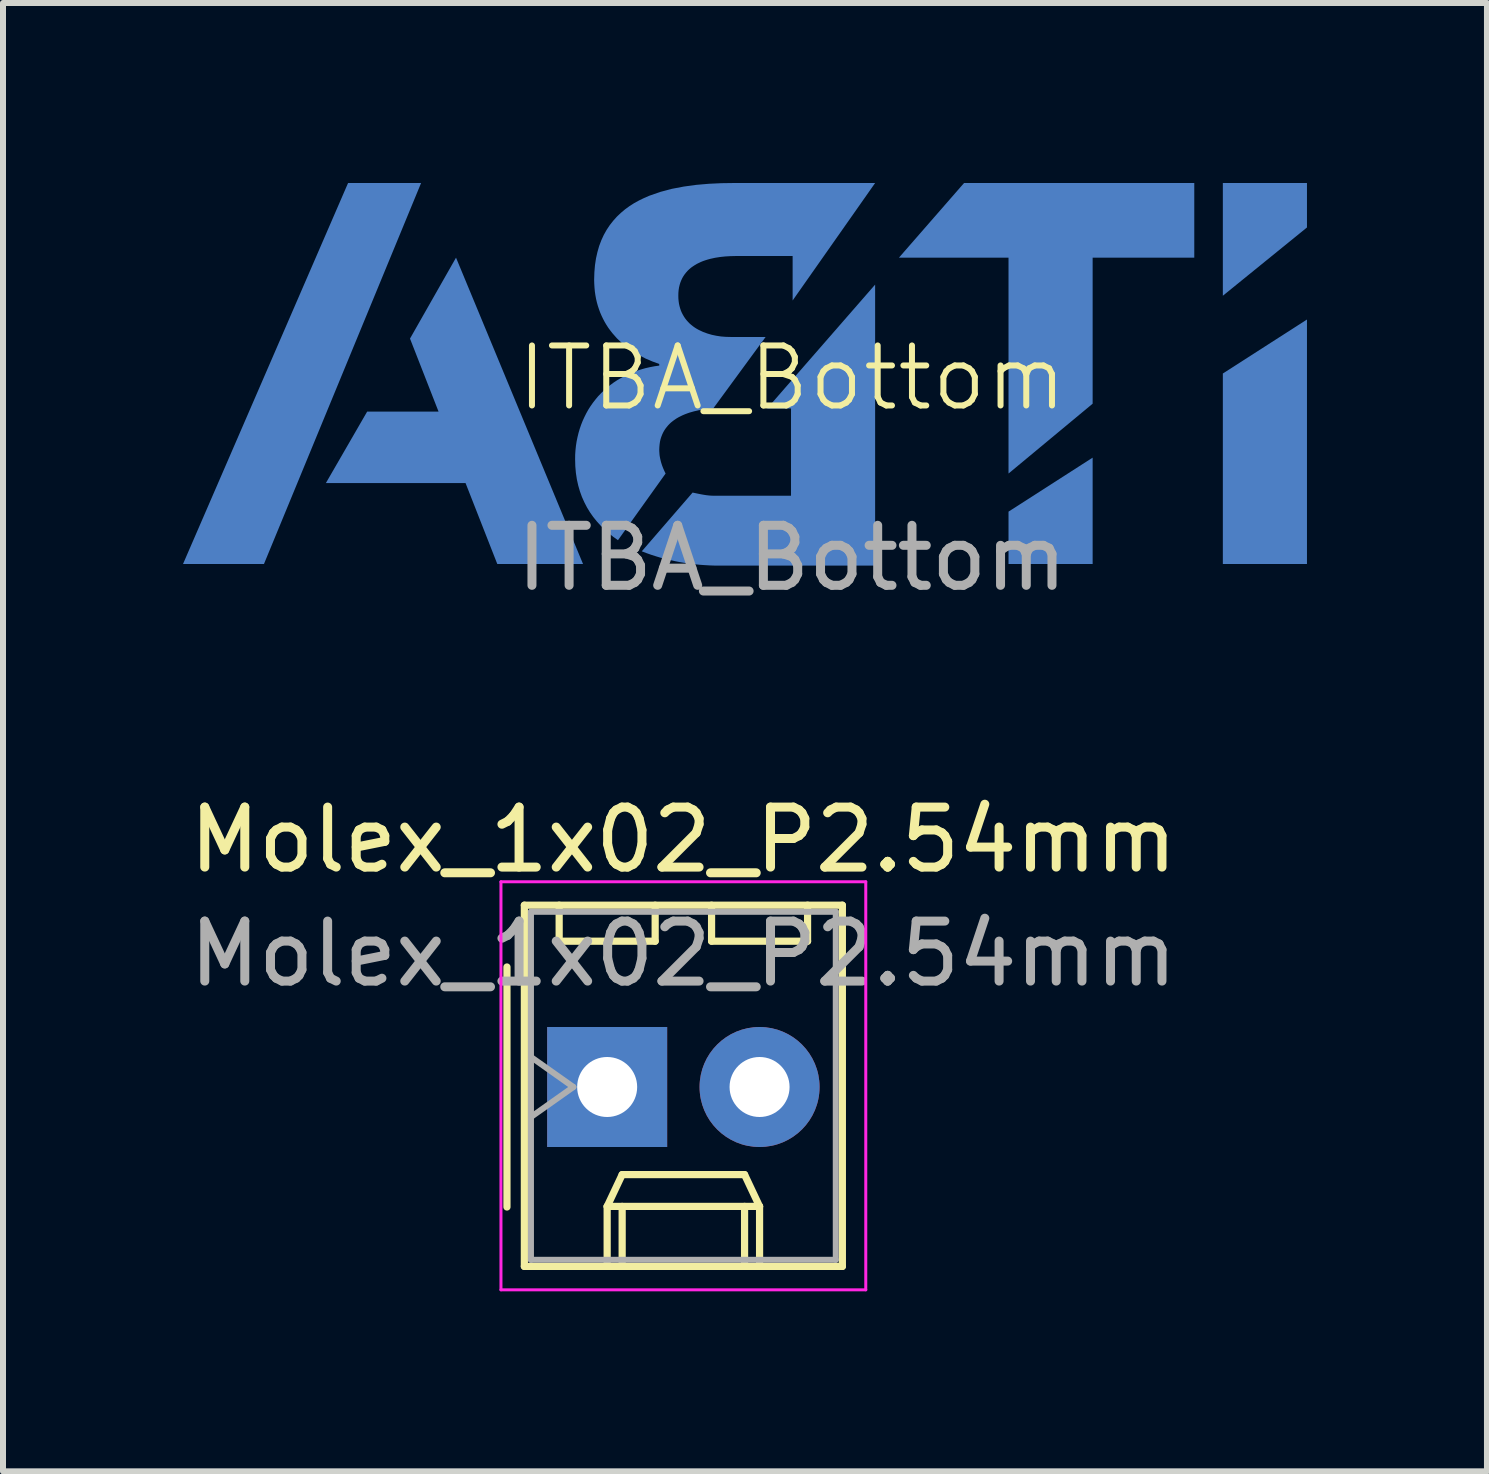
<source format=kicad_pcb>
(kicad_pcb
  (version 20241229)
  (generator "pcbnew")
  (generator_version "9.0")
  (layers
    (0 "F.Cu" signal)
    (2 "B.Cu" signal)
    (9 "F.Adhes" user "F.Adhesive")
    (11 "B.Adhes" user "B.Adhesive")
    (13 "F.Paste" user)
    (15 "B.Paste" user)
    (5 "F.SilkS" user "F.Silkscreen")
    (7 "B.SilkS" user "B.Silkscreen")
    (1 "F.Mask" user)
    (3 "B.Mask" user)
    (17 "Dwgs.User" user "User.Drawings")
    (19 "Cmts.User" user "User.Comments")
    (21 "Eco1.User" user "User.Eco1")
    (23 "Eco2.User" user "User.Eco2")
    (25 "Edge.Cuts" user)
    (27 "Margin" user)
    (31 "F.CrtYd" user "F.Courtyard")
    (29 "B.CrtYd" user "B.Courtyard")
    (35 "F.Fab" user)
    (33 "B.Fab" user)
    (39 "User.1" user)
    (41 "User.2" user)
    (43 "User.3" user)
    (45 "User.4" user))
  (footprint "Molex_1x02_P2.54mm"
    (layer "F.Cu")
    (at 7.069 15.066)
    (property "Reference" "Molex_1x02_P2.54mm" (at 1.27 -4.12 0) (layer "F.SilkS") (effects (font (size 1 1) (thickness 0.15))))
    (attr through_hole)
    (fp_line (start -1.67 -2) (end -1.67 2) (stroke (width 0.12) (type solid)) (layer "F.SilkS"))
    (fp_line (start -1.38 -3.03) (end -1.38 2.99) (stroke (width 0.12) (type solid)) (layer "F.SilkS"))
    (fp_line (start -1.38 2.99) (end 3.92 2.99) (stroke (width 0.12) (type solid)) (layer "F.SilkS"))
    (fp_line (start -0.8 -3.03) (end -0.8 -2.43) (stroke (width 0.12) (type solid)) (layer "F.SilkS"))
    (fp_line (start -0.8 -2.43) (end 0.8 -2.43) (stroke (width 0.12) (type solid)) (layer "F.SilkS"))
    (fp_line (start 0 1.99) (end 0.25 1.46) (stroke (width 0.12) (type solid)) (layer "F.SilkS"))
    (fp_line (start 0 1.99) (end 2.54 1.99) (stroke (width 0.12) (type solid)) (layer "F.SilkS"))
    (fp_line (start 0 2.99) (end 0 1.99) (stroke (width 0.12) (type solid)) (layer "F.SilkS"))
    (fp_line (start 0.25 1.46) (end 2.29 1.46) (stroke (width 0.12) (type solid)) (layer "F.SilkS"))
    (fp_line (start 0.25 2.99) (end 0.25 1.99) (stroke (width 0.12) (type solid)) (layer "F.SilkS"))
    (fp_line (start 0.8 -2.43) (end 0.8 -3.03) (stroke (width 0.12) (type solid)) (layer "F.SilkS"))
    (fp_line (start 1.74 -3.03) (end 1.74 -2.43) (stroke (width 0.12) (type solid)) (layer "F.SilkS"))
    (fp_line (start 1.74 -2.43) (end 3.34 -2.43) (stroke (width 0.12) (type solid)) (layer "F.SilkS"))
    (fp_line (start 2.29 1.46) (end 2.54 1.99) (stroke (width 0.12) (type solid)) (layer "F.SilkS"))
    (fp_line (start 2.29 2.99) (end 2.29 1.99) (stroke (width 0.12) (type solid)) (layer "F.SilkS"))
    (fp_line (start 2.54 1.99) (end 2.54 2.99) (stroke (width 0.12) (type solid)) (layer "F.SilkS"))
    (fp_line (start 3.34 -2.43) (end 3.34 -3.03) (stroke (width 0.12) (type solid)) (layer "F.SilkS"))
    (fp_line (start 3.92 -3.03) (end -1.38 -3.03) (stroke (width 0.12) (type solid)) (layer "F.SilkS"))
    (fp_line (start 3.92 2.99) (end 3.92 -3.03) (stroke (width 0.12) (type solid)) (layer "F.SilkS"))
    (fp_line (start -1.77 -3.42) (end -1.77 3.38) (stroke (width 0.05) (type solid)) (layer "F.CrtYd"))
    (fp_line (start -1.77 3.38) (end 4.31 3.38) (stroke (width 0.05) (type solid)) (layer "F.CrtYd"))
    (fp_line (start 4.31 -3.42) (end -1.77 -3.42) (stroke (width 0.05) (type solid)) (layer "F.CrtYd"))
    (fp_line (start 4.31 3.38) (end 4.31 -3.42) (stroke (width 0.05) (type solid)) (layer "F.CrtYd"))
    (fp_line (start -1.27 -2.92) (end -1.27 2.88) (stroke (width 0.1) (type solid)) (layer "F.Fab"))
    (fp_line (start -1.27 -0.5) (end -0.563 0) (stroke (width 0.1) (type solid)) (layer "F.Fab"))
    (fp_line (start -1.27 2.88) (end 3.81 2.88) (stroke (width 0.1) (type solid)) (layer "F.Fab"))
    (fp_line (start -0.563 0) (end -1.27 0.5) (stroke (width 0.1) (type solid)) (layer "F.Fab"))
    (fp_line (start 3.81 -2.92) (end -1.27 -2.92) (stroke (width 0.1) (type solid)) (layer "F.Fab"))
    (fp_line (start 3.81 2.88) (end 3.81 -2.92) (stroke (width 0.1) (type solid)) (layer "F.Fab"))
    (fp_text user "${REFERENCE}" (at 1.27 -2.22 0) (layer "F.Fab") (effects (font (size 1 1) (thickness 0.15))))
    (pad "1" thru_hole rect (at 0 0) (size 2 2) (drill 1) (layers "*.Cu" "*.Mask"))
    (pad "2" thru_hole circle (at 2.54 0) (size 2 2) (drill 1) (layers "*.Cu" "*.Mask")))
  (footprint "ITBA_Bottom"
    (layer "F.Cu")
    (at 10.149 3.75)
    (property "Reference" "ITBA_Bottom" (at 0 -0.5 0) (unlocked yes) (layer "F.SilkS") (effects (font (size 1 1) (thickness 0.1))))
    (attr smd)
    (fp_poly (pts (xy -8.8 2.6) (xy -10.149 2.6) (xy -7.398 -3.75) (xy -6.181 -3.75)) (stroke (width -0.000001) (type solid)) (fill yes) (layer "B.Cu"))
    (fp_poly (pts (xy 5.011 2.6) (xy 3.609 2.6) (xy 3.609 1.727) (xy 5.011 0.827)) (stroke (width -0.000001) (type solid)) (fill yes) (layer "B.Cu"))
    (fp_poly (pts (xy 8.583 -3.009) (xy 7.181 -1.871) (xy 7.181 -3.75) (xy 8.583 -3.75)) (stroke (width -0.000001) (type solid)) (fill yes) (layer "B.Cu"))
    (fp_poly (pts (xy 8.583 2.6) (xy 7.181 2.6) (xy 7.181 -0.575) (xy 8.583 -1.475)) (stroke (width -0.000001) (type solid)) (fill yes) (layer "B.Cu"))
    (fp_poly (pts (xy -3.482 2.6) (xy -4.911 2.6) (xy -5.44 1.251) (xy -7.768 1.251) (xy -7.08 0.06) (xy -5.89 0.06) (xy -6.366 -1.157) (xy -5.599 -2.506)) (stroke (width -0.000001) (type solid)) (fill yes) (layer "B.Cu"))
    (fp_poly (pts (xy 6.705 -2.506) (xy 5.011 -2.506) (xy 5.011 -0.072) (xy 3.609 1.092) (xy 3.609 -2.506) (xy 1.783 -2.506) (xy 2.868 -3.75) (xy 6.705 -3.75)) (stroke (width -0.000001) (type solid)) (fill yes) (layer "B.Cu"))
    (fp_poly (pts (xy 1.386 2.626) (xy -1.206 2.626) (xy -1.291 2.626) (xy -1.375 2.623) (xy -1.459 2.618) (xy -1.543 2.612) (xy -1.627 2.603) (xy -1.71 2.593) (xy -1.792 2.581) (xy -1.875 2.567) (xy -1.956 2.551) (xy -2.037 2.533) (xy -2.117 2.514) (xy -2.196 2.493) (xy -2.274 2.469) (xy -2.352 2.444) (xy -2.428 2.417) (xy -2.503 2.388) (xy -1.656 1.409) (xy -1.561 1.429) (xy -1.516 1.438) (xy -1.471 1.446) (xy -1.426 1.453) (xy -1.381 1.458) (xy -1.358 1.46) (xy -1.334 1.461) (xy -1.31 1.462) (xy -1.286 1.462) (xy -0.016 1.462) (xy -0.016 0.007) (xy -0.413 0.007) (xy 1.386 -2.057)) (stroke (width -0.000001) (type solid)) (fill yes) (layer "B.Cu"))
    (fp_poly (pts (xy 0.011 -1.792) (xy 0.011 -2.533) (xy -0.942 -2.533) (xy -1.027 -2.531) (xy -1.112 -2.526) (xy -1.197 -2.517) (xy -1.28 -2.504) (xy -1.362 -2.486) (xy -1.402 -2.475) (xy -1.441 -2.463) (xy -1.479 -2.45) (xy -1.516 -2.435) (xy -1.552 -2.418) (xy -1.587 -2.401) (xy -1.62 -2.381) (xy -1.652 -2.36) (xy -1.683 -2.338) (xy -1.712 -2.313) (xy -1.739 -2.287) (xy -1.764 -2.259) (xy -1.787 -2.23) (xy -1.809 -2.198) (xy -1.828 -2.165) (xy -1.845 -2.129) (xy -1.86 -2.091) (xy -1.872 -2.052) (xy -1.882 -2.01) (xy -1.889 -1.966) (xy -1.893 -1.92) (xy -1.894 -1.871) (xy -1.893 -1.825) (xy -1.889 -1.781) (xy -1.883 -1.738) (xy -1.874 -1.698) (xy -1.863 -1.659) (xy -1.85 -1.621) (xy -1.835 -1.586) (xy -1.817 -1.552) (xy -1.798 -1.52) (xy -1.777 -1.489) (xy -1.754 -1.46) (xy -1.73 -1.433) (xy -1.704 -1.407) (xy -1.676 -1.383) (xy -1.647 -1.36) (xy -1.617 -1.339) (xy -1.585 -1.319) (xy -1.552 -1.301) (xy -1.484 -1.269) (xy -1.411 -1.242) (xy -1.336 -1.22) (xy -1.259 -1.204) (xy -1.18 -1.192) (xy -1.101 -1.186) (xy -1.021 -1.184) (xy -0.439 -1.184) (xy -1.312 0.007) (xy -1.392 0.014) (xy -1.472 0.024) (xy -1.552 0.037) (xy -1.631 0.055) (xy -1.709 0.077) (xy -1.746 0.09) (xy -1.783 0.104) (xy -1.819 0.119) (xy -1.854 0.136) (xy -1.888 0.153) (xy -1.921 0.172) (xy -1.952 0.193) (xy -1.983 0.215) (xy -2.012 0.238) (xy -2.039 0.263) (xy -2.065 0.29) (xy -2.088 0.318) (xy -2.111 0.348) (xy -2.131 0.379) (xy -2.149 0.412) (xy -2.165 0.447) (xy -2.179 0.484) (xy -2.191 0.522) (xy -2.2 0.563) (xy -2.206 0.605) (xy -2.21 0.649) (xy -2.212 0.695) (xy -2.211 0.724) (xy -2.209 0.753) (xy -2.207 0.782) (xy -2.203 0.809) (xy -2.198 0.836) (xy -2.192 0.862) (xy -2.186 0.888) (xy -2.179 0.913) (xy -2.171 0.938) (xy -2.163 0.962) (xy -2.154 0.985) (xy -2.145 1.008) (xy -2.126 1.051) (xy -2.106 1.092) (xy -2.9 2.203) (xy -2.978 2.147) (xy -3.052 2.088) (xy -3.123 2.025) (xy -3.19 1.959) (xy -3.253 1.889) (xy -3.312 1.816) (xy -3.366 1.739) (xy -3.416 1.657) (xy -3.46 1.572) (xy -3.5 1.483) (xy -3.534 1.389) (xy -3.562 1.292) (xy -3.585 1.189) (xy -3.601 1.082) (xy -3.611 0.97) (xy -3.614 0.854) (xy -3.613 0.777) (xy -3.608 0.702) (xy -3.6 0.628) (xy -3.589 0.556) (xy -3.574 0.484) (xy -3.557 0.414) (xy -3.537 0.346) (xy -3.514 0.279) (xy -3.488 0.213) (xy -3.459 0.15) (xy -3.428 0.088) (xy -3.394 0.027) (xy -3.357 -0.031) (xy -3.317 -0.088) (xy -3.275 -0.142) (xy -3.231 -0.195) (xy -3.183 -0.245) (xy -3.134 -0.293) (xy -3.082 -0.339) (xy -3.028 -0.383) (xy -2.971 -0.425) (xy -2.912 -0.464) (xy -2.851 -0.5) (xy -2.788 -0.534) (xy -2.723 -0.565) (xy -2.656 -0.594) (xy -2.586 -0.62) (xy -2.515 -0.643) (xy -2.442 -0.664) (xy -2.367 -0.681) (xy -2.29 -0.696) (xy -2.212 -0.707) (xy -2.212 -0.734) (xy -2.329 -0.777) (xy -2.441 -0.825) (xy -2.548 -0.881) (xy -2.649 -0.942) (xy -2.745 -1.009) (xy -2.834 -1.082) (xy -2.917 -1.161) (xy -2.992 -1.246) (xy -3.027 -1.291) (xy -3.061 -1.337) (xy -3.092 -1.385) (xy -3.121 -1.434) (xy -3.148 -1.485) (xy -3.173 -1.537) (xy -3.196 -1.59) (xy -3.216 -1.645) (xy -3.235 -1.702) (xy -3.251 -1.759) (xy -3.265 -1.819) (xy -3.276 -1.879) (xy -3.285 -1.941) (xy -3.291 -2.005) (xy -3.295 -2.07) (xy -3.297 -2.136) (xy -3.293 -2.262) (xy -3.283 -2.381) (xy -3.266 -2.494) (xy -3.242 -2.6) (xy -3.213 -2.701) (xy -3.177 -2.796) (xy -3.136 -2.885) (xy -3.089 -2.969) (xy -3.037 -3.047) (xy -2.98 -3.12) (xy -2.919 -3.188) (xy -2.853 -3.251) (xy -2.783 -3.31) (xy -2.709 -3.364) (xy -2.631 -3.414) (xy -2.549 -3.459) (xy -2.465 -3.5) (xy -2.377 -3.538) (xy -2.193 -3.602) (xy -2.001 -3.653) (xy -1.801 -3.691) (xy -1.596 -3.719) (xy -1.387 -3.737) (xy -1.178 -3.747) (xy -0.968 -3.75) (xy 1.386 -3.75)) (stroke (width -0.000001) (type solid)) (fill yes) (layer "B.Cu"))
    (fp_text user "${REFERENCE}" (at 0 2.5 0) (unlocked yes) (layer "F.Fab") (effects (font (size 1 1) (thickness 0.15)))))
  (gr_rect
    (start -3 -3)
    (end 21.732 21.471)
    (stroke (width 0.1) (type default))
    (fill no)
    (layer "Edge.Cuts")))
</source>
